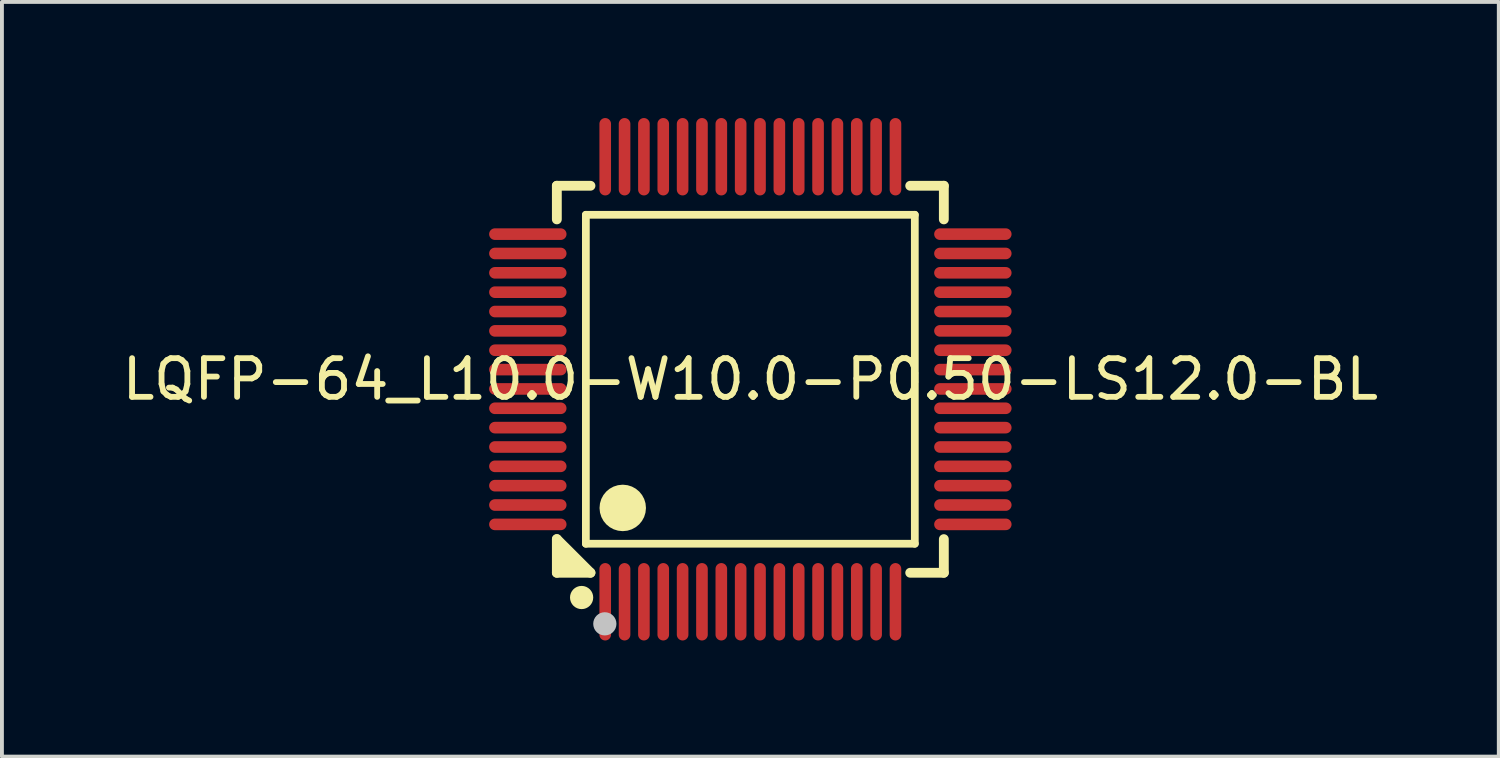
<source format=kicad_pcb>
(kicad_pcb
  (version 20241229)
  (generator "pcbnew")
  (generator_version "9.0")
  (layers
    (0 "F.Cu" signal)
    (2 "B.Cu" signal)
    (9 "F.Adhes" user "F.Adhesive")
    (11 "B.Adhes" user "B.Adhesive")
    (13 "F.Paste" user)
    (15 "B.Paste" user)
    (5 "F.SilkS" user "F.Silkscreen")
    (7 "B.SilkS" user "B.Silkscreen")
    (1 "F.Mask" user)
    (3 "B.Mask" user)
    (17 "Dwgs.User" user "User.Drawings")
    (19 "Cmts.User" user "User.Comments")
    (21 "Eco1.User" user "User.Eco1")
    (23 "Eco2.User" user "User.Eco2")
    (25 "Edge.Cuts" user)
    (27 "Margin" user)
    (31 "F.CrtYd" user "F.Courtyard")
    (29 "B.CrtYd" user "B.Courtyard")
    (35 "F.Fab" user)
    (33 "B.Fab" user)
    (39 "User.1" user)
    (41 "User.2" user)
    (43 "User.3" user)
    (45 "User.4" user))
  (footprint "LQFP-64_L10.0-W10.0-P0.50-LS12.0-BL"
    (layer "F.Cu")
    (at 16.339 6.75)
    (property "Reference" "LQFP-64_L10.0-W10.0-P0.50-LS12.0-BL" (at 0 0 0) (layer "F.SilkS") (effects (font (size 1 1) (thickness 0.15))))
    (fp_line (start -5 -5) (end -4.131 -5) (stroke (width 0.254) (type default)) (layer "F.SilkS"))
    (fp_line (start -5 -4.131) (end -5 -5) (stroke (width 0.254) (type default)) (layer "F.SilkS"))
    (fp_line (start -5 4.131) (end -4.131 5) (stroke (width 0.254) (type default)) (layer "F.SilkS"))
    (fp_line (start -5 5) (end -5 4.131) (stroke (width 0.254) (type default)) (layer "F.SilkS"))
    (fp_line (start -4.25 -4.25) (end -4.25 4.25) (stroke (width 0.2) (type default)) (layer "F.SilkS"))
    (fp_line (start -4.25 4.25) (end 4.25 4.25) (stroke (width 0.2) (type default)) (layer "F.SilkS"))
    (fp_line (start -4.131 5) (end -5 5) (stroke (width 0.254) (type default)) (layer "F.SilkS"))
    (fp_line (start 4.25 -4.25) (end -4.25 -4.25) (stroke (width 0.2) (type default)) (layer "F.SilkS"))
    (fp_line (start 4.25 4.25) (end 4.25 -4.25) (stroke (width 0.2) (type default)) (layer "F.SilkS"))
    (fp_line (start 5 -5) (end 4.131 -5) (stroke (width 0.254) (type default)) (layer "F.SilkS"))
    (fp_line (start 5 -5) (end 5 -4.131) (stroke (width 0.254) (type default)) (layer "F.SilkS"))
    (fp_line (start 5 4.131) (end 5 5) (stroke (width 0.254) (type default)) (layer "F.SilkS"))
    (fp_line (start 5 5) (end 4.131 5) (stroke (width 0.254) (type default)) (layer "F.SilkS"))
    (fp_arc (start -4.3585 5.49) (mid -4.36 5.790007) (end -4.3615 5.49) (stroke (width 0.3) (type default)) (layer "F.SilkS"))
    (fp_arc (start -3.2945 3.025) (mid -3.297 3.62501) (end -3.2995 3.025) (stroke (width 0.6) (type default)) (layer "F.SilkS"))
    (fp_poly (pts (xy -4.131 5) (xy -5 4.131) (xy -5 5)) (stroke (width 0) (type default)) (fill yes) (layer "F.SilkS"))
    (fp_circle (center -3.76 6.32) (end -3.61 6.32) (stroke (width 0.3) (type default)) (fill no) (layer "Dwgs.User"))
    (fp_poly (pts (xy -6 -3.64) (xy -6 -3.86) (xy -5.4 -3.86) (xy -5.4 -3.64)) (stroke (width 0.1) (type default)) (fill no) (layer "User.1"))
    (fp_poly (pts (xy -6 -3.14) (xy -6 -3.36) (xy -5.4 -3.36) (xy -5.4 -3.14)) (stroke (width 0.1) (type default)) (fill no) (layer "User.1"))
    (fp_poly (pts (xy -6 -2.64) (xy -6 -2.86) (xy -5.4 -2.86) (xy -5.4 -2.64)) (stroke (width 0.1) (type default)) (fill no) (layer "User.1"))
    (fp_poly (pts (xy -6 -2.14) (xy -6 -2.36) (xy -5.4 -2.36) (xy -5.4 -2.14)) (stroke (width 0.1) (type default)) (fill no) (layer "User.1"))
    (fp_poly (pts (xy -6 -1.64) (xy -6 -1.86) (xy -5.4 -1.86) (xy -5.4 -1.64)) (stroke (width 0.1) (type default)) (fill no) (layer "User.1"))
    (fp_poly (pts (xy -6 -1.14) (xy -6 -1.36) (xy -5.4 -1.36) (xy -5.4 -1.14)) (stroke (width 0.1) (type default)) (fill no) (layer "User.1"))
    (fp_poly (pts (xy -6 -0.64) (xy -6 -0.86) (xy -5.4 -0.86) (xy -5.4 -0.64)) (stroke (width 0.1) (type default)) (fill no) (layer "User.1"))
    (fp_poly (pts (xy -6 -0.14) (xy -6 -0.36) (xy -5.4 -0.36) (xy -5.4 -0.14)) (stroke (width 0.1) (type default)) (fill no) (layer "User.1"))
    (fp_poly (pts (xy -6 0.36) (xy -6 0.14) (xy -5.4 0.14) (xy -5.4 0.36)) (stroke (width 0.1) (type default)) (fill no) (layer "User.1"))
    (fp_poly (pts (xy -6 0.86) (xy -6 0.64) (xy -5.4 0.64) (xy -5.4 0.86)) (stroke (width 0.1) (type default)) (fill no) (layer "User.1"))
    (fp_poly (pts (xy -6 1.36) (xy -6 1.14) (xy -5.4 1.14) (xy -5.4 1.36)) (stroke (width 0.1) (type default)) (fill no) (layer "User.1"))
    (fp_poly (pts (xy -6 1.86) (xy -6 1.64) (xy -5.4 1.64) (xy -5.4 1.86)) (stroke (width 0.1) (type default)) (fill no) (layer "User.1"))
    (fp_poly (pts (xy -6 2.36) (xy -6 2.14) (xy -5.4 2.14) (xy -5.4 2.36)) (stroke (width 0.1) (type default)) (fill no) (layer "User.1"))
    (fp_poly (pts (xy -6 2.86) (xy -6 2.64) (xy -5.4 2.64) (xy -5.4 2.86)) (stroke (width 0.1) (type default)) (fill no) (layer "User.1"))
    (fp_poly (pts (xy -6 3.36) (xy -6 3.14) (xy -5.4 3.14) (xy -5.4 3.36)) (stroke (width 0.1) (type default)) (fill no) (layer "User.1"))
    (fp_poly (pts (xy -6 3.86) (xy -6 3.64) (xy -5.4 3.64) (xy -5.4 3.86)) (stroke (width 0.1) (type default)) (fill no) (layer "User.1"))
    (fp_poly (pts (xy -5.41 -3.64) (xy -5.41 -3.86) (xy -4.99 -3.86) (xy -4.99 -3.64)) (stroke (width 0.1) (type default)) (fill no) (layer "User.1"))
    (fp_poly (pts (xy -5.41 -3.14) (xy -5.41 -3.36) (xy -4.99 -3.36) (xy -4.99 -3.14)) (stroke (width 0.1) (type default)) (fill no) (layer "User.1"))
    (fp_poly (pts (xy -5.41 -2.64) (xy -5.41 -2.86) (xy -4.99 -2.86) (xy -4.99 -2.64)) (stroke (width 0.1) (type default)) (fill no) (layer "User.1"))
    (fp_poly (pts (xy -5.41 -2.14) (xy -5.41 -2.36) (xy -4.99 -2.36) (xy -4.99 -2.14)) (stroke (width 0.1) (type default)) (fill no) (layer "User.1"))
    (fp_poly (pts (xy -5.41 -1.64) (xy -5.41 -1.86) (xy -4.99 -1.86) (xy -4.99 -1.64)) (stroke (width 0.1) (type default)) (fill no) (layer "User.1"))
    (fp_poly (pts (xy -5.41 -1.14) (xy -5.41 -1.36) (xy -4.99 -1.36) (xy -4.99 -1.14)) (stroke (width 0.1) (type default)) (fill no) (layer "User.1"))
    (fp_poly (pts (xy -5.41 -0.64) (xy -5.41 -0.86) (xy -4.99 -0.86) (xy -4.99 -0.64)) (stroke (width 0.1) (type default)) (fill no) (layer "User.1"))
    (fp_poly (pts (xy -5.41 -0.14) (xy -5.41 -0.36) (xy -4.99 -0.36) (xy -4.99 -0.14)) (stroke (width 0.1) (type default)) (fill no) (layer "User.1"))
    (fp_poly (pts (xy -5.41 0.36) (xy -5.41 0.14) (xy -4.99 0.14) (xy -4.99 0.36)) (stroke (width 0.1) (type default)) (fill no) (layer "User.1"))
    (fp_poly (pts (xy -5.41 0.86) (xy -5.41 0.64) (xy -4.99 0.64) (xy -4.99 0.86)) (stroke (width 0.1) (type default)) (fill no) (layer "User.1"))
    (fp_poly (pts (xy -5.41 1.36) (xy -5.41 1.14) (xy -4.99 1.14) (xy -4.99 1.36)) (stroke (width 0.1) (type default)) (fill no) (layer "User.1"))
    (fp_poly (pts (xy -5.41 1.86) (xy -5.41 1.64) (xy -4.99 1.64) (xy -4.99 1.86)) (stroke (width 0.1) (type default)) (fill no) (layer "User.1"))
    (fp_poly (pts (xy -5.41 2.36) (xy -5.41 2.14) (xy -4.99 2.14) (xy -4.99 2.36)) (stroke (width 0.1) (type default)) (fill no) (layer "User.1"))
    (fp_poly (pts (xy -5.41 2.86) (xy -5.41 2.64) (xy -4.99 2.64) (xy -4.99 2.86)) (stroke (width 0.1) (type default)) (fill no) (layer "User.1"))
    (fp_poly (pts (xy -5.41 3.36) (xy -5.41 3.14) (xy -4.99 3.14) (xy -4.99 3.36)) (stroke (width 0.1) (type default)) (fill no) (layer "User.1"))
    (fp_poly (pts (xy -5.41 3.86) (xy -5.41 3.64) (xy -4.99 3.64) (xy -4.99 3.86)) (stroke (width 0.1) (type default)) (fill no) (layer "User.1"))
    (fp_poly (pts (xy -3.86 -5.4) (xy -3.86 -6) (xy -3.64 -6) (xy -3.64 -5.4)) (stroke (width 0.1) (type default)) (fill no) (layer "User.1"))
    (fp_poly (pts (xy -3.86 -4.99) (xy -3.86 -5.41) (xy -3.64 -5.41) (xy -3.64 -4.99)) (stroke (width 0.1) (type default)) (fill no) (layer "User.1"))
    (fp_poly (pts (xy -3.86 5.41) (xy -3.86 4.99) (xy -3.64 4.99) (xy -3.64 5.41)) (stroke (width 0.1) (type default)) (fill no) (layer "User.1"))
    (fp_poly (pts (xy -3.86 6) (xy -3.86 5.4) (xy -3.64 5.4) (xy -3.64 6)) (stroke (width 0.1) (type default)) (fill no) (layer "User.1"))
    (fp_poly (pts (xy -3.36 -5.4) (xy -3.36 -6) (xy -3.14 -6) (xy -3.14 -5.4)) (stroke (width 0.1) (type default)) (fill no) (layer "User.1"))
    (fp_poly (pts (xy -3.36 -4.99) (xy -3.36 -5.41) (xy -3.14 -5.41) (xy -3.14 -4.99)) (stroke (width 0.1) (type default)) (fill no) (layer "User.1"))
    (fp_poly (pts (xy -3.36 5.41) (xy -3.36 4.99) (xy -3.14 4.99) (xy -3.14 5.41)) (stroke (width 0.1) (type default)) (fill no) (layer "User.1"))
    (fp_poly (pts (xy -3.36 6) (xy -3.36 5.4) (xy -3.14 5.4) (xy -3.14 6)) (stroke (width 0.1) (type default)) (fill no) (layer "User.1"))
    (fp_poly (pts (xy -2.86 -5.4) (xy -2.86 -6) (xy -2.64 -6) (xy -2.64 -5.4)) (stroke (width 0.1) (type default)) (fill no) (layer "User.1"))
    (fp_poly (pts (xy -2.86 -4.99) (xy -2.86 -5.41) (xy -2.64 -5.41) (xy -2.64 -4.99)) (stroke (width 0.1) (type default)) (fill no) (layer "User.1"))
    (fp_poly (pts (xy -2.86 5.41) (xy -2.86 4.99) (xy -2.64 4.99) (xy -2.64 5.41)) (stroke (width 0.1) (type default)) (fill no) (layer "User.1"))
    (fp_poly (pts (xy -2.86 6) (xy -2.86 5.4) (xy -2.64 5.4) (xy -2.64 6)) (stroke (width 0.1) (type default)) (fill no) (layer "User.1"))
    (fp_poly (pts (xy -2.36 -5.4) (xy -2.36 -6) (xy -2.14 -6) (xy -2.14 -5.4)) (stroke (width 0.1) (type default)) (fill no) (layer "User.1"))
    (fp_poly (pts (xy -2.36 -4.99) (xy -2.36 -5.41) (xy -2.14 -5.41) (xy -2.14 -4.99)) (stroke (width 0.1) (type default)) (fill no) (layer "User.1"))
    (fp_poly (pts (xy -2.36 5.41) (xy -2.36 4.99) (xy -2.14 4.99) (xy -2.14 5.41)) (stroke (width 0.1) (type default)) (fill no) (layer "User.1"))
    (fp_poly (pts (xy -2.36 6) (xy -2.36 5.4) (xy -2.14 5.4) (xy -2.14 6)) (stroke (width 0.1) (type default)) (fill no) (layer "User.1"))
    (fp_poly (pts (xy -1.86 -5.4) (xy -1.86 -6) (xy -1.64 -6) (xy -1.64 -5.4)) (stroke (width 0.1) (type default)) (fill no) (layer "User.1"))
    (fp_poly (pts (xy -1.86 -4.99) (xy -1.86 -5.41) (xy -1.64 -5.41) (xy -1.64 -4.99)) (stroke (width 0.1) (type default)) (fill no) (layer "User.1"))
    (fp_poly (pts (xy -1.86 5.41) (xy -1.86 4.99) (xy -1.64 4.99) (xy -1.64 5.41)) (stroke (width 0.1) (type default)) (fill no) (layer "User.1"))
    (fp_poly (pts (xy -1.86 6) (xy -1.86 5.4) (xy -1.64 5.4) (xy -1.64 6)) (stroke (width 0.1) (type default)) (fill no) (layer "User.1"))
    (fp_poly (pts (xy -1.36 -5.4) (xy -1.36 -6) (xy -1.14 -6) (xy -1.14 -5.4)) (stroke (width 0.1) (type default)) (fill no) (layer "User.1"))
    (fp_poly (pts (xy -1.36 -4.99) (xy -1.36 -5.41) (xy -1.14 -5.41) (xy -1.14 -4.99)) (stroke (width 0.1) (type default)) (fill no) (layer "User.1"))
    (fp_poly (pts (xy -1.36 5.41) (xy -1.36 4.99) (xy -1.14 4.99) (xy -1.14 5.41)) (stroke (width 0.1) (type default)) (fill no) (layer "User.1"))
    (fp_poly (pts (xy -1.36 6) (xy -1.36 5.4) (xy -1.14 5.4) (xy -1.14 6)) (stroke (width 0.1) (type default)) (fill no) (layer "User.1"))
    (fp_poly (pts (xy -0.86 -5.4) (xy -0.86 -6) (xy -0.64 -6) (xy -0.64 -5.4)) (stroke (width 0.1) (type default)) (fill no) (layer "User.1"))
    (fp_poly (pts (xy -0.86 -4.99) (xy -0.86 -5.41) (xy -0.64 -5.41) (xy -0.64 -4.99)) (stroke (width 0.1) (type default)) (fill no) (layer "User.1"))
    (fp_poly (pts (xy -0.86 5.41) (xy -0.86 4.99) (xy -0.64 4.99) (xy -0.64 5.41)) (stroke (width 0.1) (type default)) (fill no) (layer "User.1"))
    (fp_poly (pts (xy -0.86 6) (xy -0.86 5.4) (xy -0.64 5.4) (xy -0.64 6)) (stroke (width 0.1) (type default)) (fill no) (layer "User.1"))
    (fp_poly (pts (xy -0.36 -5.4) (xy -0.36 -6) (xy -0.14 -6) (xy -0.14 -5.4)) (stroke (width 0.1) (type default)) (fill no) (layer "User.1"))
    (fp_poly (pts (xy -0.36 -4.99) (xy -0.36 -5.41) (xy -0.14 -5.41) (xy -0.14 -4.99)) (stroke (width 0.1) (type default)) (fill no) (layer "User.1"))
    (fp_poly (pts (xy -0.36 5.41) (xy -0.36 4.99) (xy -0.14 4.99) (xy -0.14 5.41)) (stroke (width 0.1) (type default)) (fill no) (layer "User.1"))
    (fp_poly (pts (xy -0.36 6) (xy -0.36 5.4) (xy -0.14 5.4) (xy -0.14 6)) (stroke (width 0.1) (type default)) (fill no) (layer "User.1"))
    (fp_poly (pts (xy 0.14 -5.4) (xy 0.14 -6) (xy 0.36 -6) (xy 0.36 -5.4)) (stroke (width 0.1) (type default)) (fill no) (layer "User.1"))
    (fp_poly (pts (xy 0.14 -4.99) (xy 0.14 -5.41) (xy 0.36 -5.41) (xy 0.36 -4.99)) (stroke (width 0.1) (type default)) (fill no) (layer "User.1"))
    (fp_poly (pts (xy 0.14 5.41) (xy 0.14 4.99) (xy 0.36 4.99) (xy 0.36 5.41)) (stroke (width 0.1) (type default)) (fill no) (layer "User.1"))
    (fp_poly (pts (xy 0.14 6) (xy 0.14 5.4) (xy 0.36 5.4) (xy 0.36 6)) (stroke (width 0.1) (type default)) (fill no) (layer "User.1"))
    (fp_poly (pts (xy 0.64 -5.4) (xy 0.64 -6) (xy 0.86 -6) (xy 0.86 -5.4)) (stroke (width 0.1) (type default)) (fill no) (layer "User.1"))
    (fp_poly (pts (xy 0.64 -4.99) (xy 0.64 -5.41) (xy 0.86 -5.41) (xy 0.86 -4.99)) (stroke (width 0.1) (type default)) (fill no) (layer "User.1"))
    (fp_poly (pts (xy 0.64 5.41) (xy 0.64 4.99) (xy 0.86 4.99) (xy 0.86 5.41)) (stroke (width 0.1) (type default)) (fill no) (layer "User.1"))
    (fp_poly (pts (xy 0.64 6) (xy 0.64 5.4) (xy 0.86 5.4) (xy 0.86 6)) (stroke (width 0.1) (type default)) (fill no) (layer "User.1"))
    (fp_poly (pts (xy 1.14 -5.4) (xy 1.14 -6) (xy 1.36 -6) (xy 1.36 -5.4)) (stroke (width 0.1) (type default)) (fill no) (layer "User.1"))
    (fp_poly (pts (xy 1.14 -4.99) (xy 1.14 -5.41) (xy 1.36 -5.41) (xy 1.36 -4.99)) (stroke (width 0.1) (type default)) (fill no) (layer "User.1"))
    (fp_poly (pts (xy 1.14 5.41) (xy 1.14 4.99) (xy 1.36 4.99) (xy 1.36 5.41)) (stroke (width 0.1) (type default)) (fill no) (layer "User.1"))
    (fp_poly (pts (xy 1.14 6) (xy 1.14 5.4) (xy 1.36 5.4) (xy 1.36 6)) (stroke (width 0.1) (type default)) (fill no) (layer "User.1"))
    (fp_poly (pts (xy 1.64 -5.4) (xy 1.64 -6) (xy 1.86 -6) (xy 1.86 -5.4)) (stroke (width 0.1) (type default)) (fill no) (layer "User.1"))
    (fp_poly (pts (xy 1.64 -4.99) (xy 1.64 -5.41) (xy 1.86 -5.41) (xy 1.86 -4.99)) (stroke (width 0.1) (type default)) (fill no) (layer "User.1"))
    (fp_poly (pts (xy 1.64 5.41) (xy 1.64 4.99) (xy 1.86 4.99) (xy 1.86 5.41)) (stroke (width 0.1) (type default)) (fill no) (layer "User.1"))
    (fp_poly (pts (xy 1.64 6) (xy 1.64 5.4) (xy 1.86 5.4) (xy 1.86 6)) (stroke (width 0.1) (type default)) (fill no) (layer "User.1"))
    (fp_poly (pts (xy 2.14 -5.4) (xy 2.14 -6) (xy 2.36 -6) (xy 2.36 -5.4)) (stroke (width 0.1) (type default)) (fill no) (layer "User.1"))
    (fp_poly (pts (xy 2.14 -4.99) (xy 2.14 -5.41) (xy 2.36 -5.41) (xy 2.36 -4.99)) (stroke (width 0.1) (type default)) (fill no) (layer "User.1"))
    (fp_poly (pts (xy 2.14 5.41) (xy 2.14 4.99) (xy 2.36 4.99) (xy 2.36 5.41)) (stroke (width 0.1) (type default)) (fill no) (layer "User.1"))
    (fp_poly (pts (xy 2.14 6) (xy 2.14 5.4) (xy 2.36 5.4) (xy 2.36 6)) (stroke (width 0.1) (type default)) (fill no) (layer "User.1"))
    (fp_poly (pts (xy 2.64 -5.4) (xy 2.64 -6) (xy 2.86 -6) (xy 2.86 -5.4)) (stroke (width 0.1) (type default)) (fill no) (layer "User.1"))
    (fp_poly (pts (xy 2.64 -4.99) (xy 2.64 -5.41) (xy 2.86 -5.41) (xy 2.86 -4.99)) (stroke (width 0.1) (type default)) (fill no) (layer "User.1"))
    (fp_poly (pts (xy 2.64 5.41) (xy 2.64 4.99) (xy 2.86 4.99) (xy 2.86 5.41)) (stroke (width 0.1) (type default)) (fill no) (layer "User.1"))
    (fp_poly (pts (xy 2.64 6) (xy 2.64 5.4) (xy 2.86 5.4) (xy 2.86 6)) (stroke (width 0.1) (type default)) (fill no) (layer "User.1"))
    (fp_poly (pts (xy 3.14 -5.4) (xy 3.14 -6) (xy 3.36 -6) (xy 3.36 -5.4)) (stroke (width 0.1) (type default)) (fill no) (layer "User.1"))
    (fp_poly (pts (xy 3.14 -4.99) (xy 3.14 -5.41) (xy 3.36 -5.41) (xy 3.36 -4.99)) (stroke (width 0.1) (type default)) (fill no) (layer "User.1"))
    (fp_poly (pts (xy 3.14 5.41) (xy 3.14 4.99) (xy 3.36 4.99) (xy 3.36 5.41)) (stroke (width 0.1) (type default)) (fill no) (layer "User.1"))
    (fp_poly (pts (xy 3.14 6) (xy 3.14 5.4) (xy 3.36 5.4) (xy 3.36 6)) (stroke (width 0.1) (type default)) (fill no) (layer "User.1"))
    (fp_poly (pts (xy 3.64 -5.4) (xy 3.64 -6) (xy 3.86 -6) (xy 3.86 -5.4)) (stroke (width 0.1) (type default)) (fill no) (layer "User.1"))
    (fp_poly (pts (xy 3.64 -4.99) (xy 3.64 -5.41) (xy 3.86 -5.41) (xy 3.86 -4.99)) (stroke (width 0.1) (type default)) (fill no) (layer "User.1"))
    (fp_poly (pts (xy 3.64 5.41) (xy 3.64 4.99) (xy 3.86 4.99) (xy 3.86 5.41)) (stroke (width 0.1) (type default)) (fill no) (layer "User.1"))
    (fp_poly (pts (xy 3.64 6) (xy 3.64 5.4) (xy 3.86 5.4) (xy 3.86 6)) (stroke (width 0.1) (type default)) (fill no) (layer "User.1"))
    (fp_poly (pts (xy 4.99 -3.64) (xy 4.99 -3.86) (xy 5.41 -3.86) (xy 5.41 -3.64)) (stroke (width 0.1) (type default)) (fill no) (layer "User.1"))
    (fp_poly (pts (xy 4.99 -3.14) (xy 4.99 -3.36) (xy 5.41 -3.36) (xy 5.41 -3.14)) (stroke (width 0.1) (type default)) (fill no) (layer "User.1"))
    (fp_poly (pts (xy 4.99 -2.64) (xy 4.99 -2.86) (xy 5.41 -2.86) (xy 5.41 -2.64)) (stroke (width 0.1) (type default)) (fill no) (layer "User.1"))
    (fp_poly (pts (xy 4.99 -2.14) (xy 4.99 -2.36) (xy 5.41 -2.36) (xy 5.41 -2.14)) (stroke (width 0.1) (type default)) (fill no) (layer "User.1"))
    (fp_poly (pts (xy 4.99 -1.64) (xy 4.99 -1.86) (xy 5.41 -1.86) (xy 5.41 -1.64)) (stroke (width 0.1) (type default)) (fill no) (layer "User.1"))
    (fp_poly (pts (xy 4.99 -1.14) (xy 4.99 -1.36) (xy 5.41 -1.36) (xy 5.41 -1.14)) (stroke (width 0.1) (type default)) (fill no) (layer "User.1"))
    (fp_poly (pts (xy 4.99 -0.64) (xy 4.99 -0.86) (xy 5.41 -0.86) (xy 5.41 -0.64)) (stroke (width 0.1) (type default)) (fill no) (layer "User.1"))
    (fp_poly (pts (xy 4.99 -0.14) (xy 4.99 -0.36) (xy 5.41 -0.36) (xy 5.41 -0.14)) (stroke (width 0.1) (type default)) (fill no) (layer "User.1"))
    (fp_poly (pts (xy 4.99 0.36) (xy 4.99 0.14) (xy 5.41 0.14) (xy 5.41 0.36)) (stroke (width 0.1) (type default)) (fill no) (layer "User.1"))
    (fp_poly (pts (xy 4.99 0.86) (xy 4.99 0.64) (xy 5.41 0.64) (xy 5.41 0.86)) (stroke (width 0.1) (type default)) (fill no) (layer "User.1"))
    (fp_poly (pts (xy 4.99 1.36) (xy 4.99 1.14) (xy 5.41 1.14) (xy 5.41 1.36)) (stroke (width 0.1) (type default)) (fill no) (layer "User.1"))
    (fp_poly (pts (xy 4.99 1.86) (xy 4.99 1.64) (xy 5.41 1.64) (xy 5.41 1.86)) (stroke (width 0.1) (type default)) (fill no) (layer "User.1"))
    (fp_poly (pts (xy 4.99 2.36) (xy 4.99 2.14) (xy 5.41 2.14) (xy 5.41 2.36)) (stroke (width 0.1) (type default)) (fill no) (layer "User.1"))
    (fp_poly (pts (xy 4.99 2.86) (xy 4.99 2.64) (xy 5.41 2.64) (xy 5.41 2.86)) (stroke (width 0.1) (type default)) (fill no) (layer "User.1"))
    (fp_poly (pts (xy 4.99 3.36) (xy 4.99 3.14) (xy 5.41 3.14) (xy 5.41 3.36)) (stroke (width 0.1) (type default)) (fill no) (layer "User.1"))
    (fp_poly (pts (xy 4.99 3.86) (xy 4.99 3.64) (xy 5.41 3.64) (xy 5.41 3.86)) (stroke (width 0.1) (type default)) (fill no) (layer "User.1"))
    (fp_poly (pts (xy 5.4 -3.64) (xy 5.4 -3.86) (xy 6 -3.86) (xy 6 -3.64)) (stroke (width 0.1) (type default)) (fill no) (layer "User.1"))
    (fp_poly (pts (xy 5.4 -3.14) (xy 5.4 -3.36) (xy 6 -3.36) (xy 6 -3.14)) (stroke (width 0.1) (type default)) (fill no) (layer "User.1"))
    (fp_poly (pts (xy 5.4 -2.64) (xy 5.4 -2.86) (xy 6 -2.86) (xy 6 -2.64)) (stroke (width 0.1) (type default)) (fill no) (layer "User.1"))
    (fp_poly (pts (xy 5.4 -2.14) (xy 5.4 -2.36) (xy 6 -2.36) (xy 6 -2.14)) (stroke (width 0.1) (type default)) (fill no) (layer "User.1"))
    (fp_poly (pts (xy 5.4 -1.64) (xy 5.4 -1.86) (xy 6 -1.86) (xy 6 -1.64)) (stroke (width 0.1) (type default)) (fill no) (layer "User.1"))
    (fp_poly (pts (xy 5.4 -1.14) (xy 5.4 -1.36) (xy 6 -1.36) (xy 6 -1.14)) (stroke (width 0.1) (type default)) (fill no) (layer "User.1"))
    (fp_poly (pts (xy 5.4 -0.64) (xy 5.4 -0.86) (xy 6 -0.86) (xy 6 -0.64)) (stroke (width 0.1) (type default)) (fill no) (layer "User.1"))
    (fp_poly (pts (xy 5.4 -0.14) (xy 5.4 -0.36) (xy 6 -0.36) (xy 6 -0.14)) (stroke (width 0.1) (type default)) (fill no) (layer "User.1"))
    (fp_poly (pts (xy 5.4 0.36) (xy 5.4 0.14) (xy 6 0.14) (xy 6 0.36)) (stroke (width 0.1) (type default)) (fill no) (layer "User.1"))
    (fp_poly (pts (xy 5.4 0.86) (xy 5.4 0.64) (xy 6 0.64) (xy 6 0.86)) (stroke (width 0.1) (type default)) (fill no) (layer "User.1"))
    (fp_poly (pts (xy 5.4 1.36) (xy 5.4 1.14) (xy 6 1.14) (xy 6 1.36)) (stroke (width 0.1) (type default)) (fill no) (layer "User.1"))
    (fp_poly (pts (xy 5.4 1.86) (xy 5.4 1.64) (xy 6 1.64) (xy 6 1.86)) (stroke (width 0.1) (type default)) (fill no) (layer "User.1"))
    (fp_poly (pts (xy 5.4 2.36) (xy 5.4 2.14) (xy 6 2.14) (xy 6 2.36)) (stroke (width 0.1) (type default)) (fill no) (layer "User.1"))
    (fp_poly (pts (xy 5.4 2.86) (xy 5.4 2.64) (xy 6 2.64) (xy 6 2.86)) (stroke (width 0.1) (type default)) (fill no) (layer "User.1"))
    (fp_poly (pts (xy 5.4 3.36) (xy 5.4 3.14) (xy 6 3.14) (xy 6 3.36)) (stroke (width 0.1) (type default)) (fill no) (layer "User.1"))
    (fp_poly (pts (xy 5.4 3.86) (xy 5.4 3.64) (xy 6 3.64) (xy 6 3.86)) (stroke (width 0.1) (type default)) (fill no) (layer "User.1"))
    (fp_line (start -5 -5) (end 5 -5) (stroke (width 0.051) (type default)) (layer "User.2"))
    (fp_line (start -5 5) (end -5 -5) (stroke (width 0.051) (type default)) (layer "User.2"))
    (fp_line (start 5 -5) (end 5 5) (stroke (width 0.051) (type default)) (layer "User.2"))
    (fp_line (start 5 5) (end -5 5) (stroke (width 0.051) (type default)) (layer "User.2"))
    (fp_poly (pts (xy -5.94 6) (xy -5.958 5.958) (xy -6 5.94) (xy -6.042 5.958) (xy -6.06 6) (xy -6.042 6.042) (xy -6 6.06) (xy -5.958 6.042)) (stroke (width 0.1) (type default)) (fill no) (layer "User.3"))
    (pad "1" smd oval (at -3.75 5.75) (size 0.3 2) (layers "F.Cu" "F.Mask" "F.Paste"))
    (pad "2" smd oval (at -3.25 5.75) (size 0.3 2) (layers "F.Cu" "F.Mask" "F.Paste"))
    (pad "3" smd oval (at -2.75 5.75) (size 0.3 2) (layers "F.Cu" "F.Mask" "F.Paste"))
    (pad "4" smd oval (at -2.25 5.75) (size 0.3 2) (layers "F.Cu" "F.Mask" "F.Paste"))
    (pad "5" smd oval (at -1.75 5.75) (size 0.3 2) (layers "F.Cu" "F.Mask" "F.Paste"))
    (pad "6" smd oval (at -1.25 5.75) (size 0.3 2) (layers "F.Cu" "F.Mask" "F.Paste"))
    (pad "7" smd oval (at -0.75 5.75) (size 0.3 2) (layers "F.Cu" "F.Mask" "F.Paste"))
    (pad "8" smd oval (at -0.25 5.75) (size 0.3 2) (layers "F.Cu" "F.Mask" "F.Paste"))
    (pad "9" smd oval (at 0.25 5.75) (size 0.3 2) (layers "F.Cu" "F.Mask" "F.Paste"))
    (pad "10" smd oval (at 0.75 5.75) (size 0.3 2) (layers "F.Cu" "F.Mask" "F.Paste"))
    (pad "11" smd oval (at 1.25 5.75) (size 0.3 2) (layers "F.Cu" "F.Mask" "F.Paste"))
    (pad "12" smd oval (at 1.75 5.75) (size 0.3 2) (layers "F.Cu" "F.Mask" "F.Paste"))
    (pad "13" smd oval (at 2.25 5.75) (size 0.3 2) (layers "F.Cu" "F.Mask" "F.Paste"))
    (pad "14" smd oval (at 2.75 5.75) (size 0.3 2) (layers "F.Cu" "F.Mask" "F.Paste"))
    (pad "15" smd oval (at 3.25 5.75) (size 0.3 2) (layers "F.Cu" "F.Mask" "F.Paste"))
    (pad "16" smd oval (at 3.75 5.75) (size 0.3 2) (layers "F.Cu" "F.Mask" "F.Paste"))
    (pad "17" smd oval (at 5.75 3.75) (size 2 0.3) (layers "F.Cu" "F.Mask" "F.Paste"))
    (pad "18" smd oval (at 5.75 3.25) (size 2 0.3) (layers "F.Cu" "F.Mask" "F.Paste"))
    (pad "19" smd oval (at 5.75 2.75) (size 2 0.3) (layers "F.Cu" "F.Mask" "F.Paste"))
    (pad "20" smd oval (at 5.75 2.25) (size 2 0.3) (layers "F.Cu" "F.Mask" "F.Paste"))
    (pad "21" smd oval (at 5.75 1.75) (size 2 0.3) (layers "F.Cu" "F.Mask" "F.Paste"))
    (pad "22" smd oval (at 5.75 1.25) (size 2 0.3) (layers "F.Cu" "F.Mask" "F.Paste"))
    (pad "23" smd oval (at 5.75 0.75) (size 2 0.3) (layers "F.Cu" "F.Mask" "F.Paste"))
    (pad "24" smd oval (at 5.75 0.25) (size 2 0.3) (layers "F.Cu" "F.Mask" "F.Paste"))
    (pad "25" smd oval (at 5.75 -0.25) (size 2 0.3) (layers "F.Cu" "F.Mask" "F.Paste"))
    (pad "26" smd oval (at 5.75 -0.75) (size 2 0.3) (layers "F.Cu" "F.Mask" "F.Paste"))
    (pad "27" smd oval (at 5.75 -1.25) (size 2 0.3) (layers "F.Cu" "F.Mask" "F.Paste"))
    (pad "28" smd oval (at 5.75 -1.75) (size 2 0.3) (layers "F.Cu" "F.Mask" "F.Paste"))
    (pad "29" smd oval (at 5.75 -2.25) (size 2 0.3) (layers "F.Cu" "F.Mask" "F.Paste"))
    (pad "30" smd oval (at 5.75 -2.75) (size 2 0.3) (layers "F.Cu" "F.Mask" "F.Paste"))
    (pad "31" smd oval (at 5.75 -3.25) (size 2 0.3) (layers "F.Cu" "F.Mask" "F.Paste"))
    (pad "32" smd oval (at 5.75 -3.75) (size 2 0.3) (layers "F.Cu" "F.Mask" "F.Paste"))
    (pad "33" smd oval (at 3.75 -5.75) (size 0.3 2) (layers "F.Cu" "F.Mask" "F.Paste"))
    (pad "34" smd oval (at 3.25 -5.75) (size 0.3 2) (layers "F.Cu" "F.Mask" "F.Paste"))
    (pad "35" smd oval (at 2.75 -5.75) (size 0.3 2) (layers "F.Cu" "F.Mask" "F.Paste"))
    (pad "36" smd oval (at 2.25 -5.75) (size 0.3 2) (layers "F.Cu" "F.Mask" "F.Paste"))
    (pad "37" smd oval (at 1.75 -5.75) (size 0.3 2) (layers "F.Cu" "F.Mask" "F.Paste"))
    (pad "38" smd oval (at 1.25 -5.75) (size 0.3 2) (layers "F.Cu" "F.Mask" "F.Paste"))
    (pad "39" smd oval (at 0.75 -5.75) (size 0.3 2) (layers "F.Cu" "F.Mask" "F.Paste"))
    (pad "40" smd oval (at 0.25 -5.75) (size 0.3 2) (layers "F.Cu" "F.Mask" "F.Paste"))
    (pad "41" smd oval (at -0.25 -5.75) (size 0.3 2) (layers "F.Cu" "F.Mask" "F.Paste"))
    (pad "42" smd oval (at -0.75 -5.75) (size 0.3 2) (layers "F.Cu" "F.Mask" "F.Paste"))
    (pad "43" smd oval (at -1.25 -5.75) (size 0.3 2) (layers "F.Cu" "F.Mask" "F.Paste"))
    (pad "44" smd oval (at -1.75 -5.75) (size 0.3 2) (layers "F.Cu" "F.Mask" "F.Paste"))
    (pad "45" smd oval (at -2.25 -5.75) (size 0.3 2) (layers "F.Cu" "F.Mask" "F.Paste"))
    (pad "46" smd oval (at -2.75 -5.75) (size 0.3 2) (layers "F.Cu" "F.Mask" "F.Paste"))
    (pad "47" smd oval (at -3.25 -5.75) (size 0.3 2) (layers "F.Cu" "F.Mask" "F.Paste"))
    (pad "48" smd oval (at -3.75 -5.75) (size 0.3 2) (layers "F.Cu" "F.Mask" "F.Paste"))
    (pad "49" smd oval (at -5.75 -3.75) (size 2 0.3) (layers "F.Cu" "F.Mask" "F.Paste"))
    (pad "50" smd oval (at -5.75 -3.25) (size 2 0.3) (layers "F.Cu" "F.Mask" "F.Paste"))
    (pad "51" smd oval (at -5.75 -2.75) (size 2 0.3) (layers "F.Cu" "F.Mask" "F.Paste"))
    (pad "52" smd oval (at -5.75 -2.25) (size 2 0.3) (layers "F.Cu" "F.Mask" "F.Paste"))
    (pad "53" smd oval (at -5.75 -1.75) (size 2 0.3) (layers "F.Cu" "F.Mask" "F.Paste"))
    (pad "54" smd oval (at -5.75 -1.25) (size 2 0.3) (layers "F.Cu" "F.Mask" "F.Paste"))
    (pad "55" smd oval (at -5.75 -0.75) (size 2 0.3) (layers "F.Cu" "F.Mask" "F.Paste"))
    (pad "56" smd oval (at -5.75 -0.25) (size 2 0.3) (layers "F.Cu" "F.Mask" "F.Paste"))
    (pad "57" smd oval (at -5.75 0.25) (size 2 0.3) (layers "F.Cu" "F.Mask" "F.Paste"))
    (pad "58" smd oval (at -5.75 0.75) (size 2 0.3) (layers "F.Cu" "F.Mask" "F.Paste"))
    (pad "59" smd oval (at -5.75 1.25) (size 2 0.3) (layers "F.Cu" "F.Mask" "F.Paste"))
    (pad "60" smd oval (at -5.75 1.75) (size 2 0.3) (layers "F.Cu" "F.Mask" "F.Paste"))
    (pad "61" smd oval (at -5.75 2.25) (size 2 0.3) (layers "F.Cu" "F.Mask" "F.Paste"))
    (pad "62" smd oval (at -5.75 2.75) (size 2 0.3) (layers "F.Cu" "F.Mask" "F.Paste"))
    (pad "63" smd oval (at -5.75 3.25) (size 2 0.3) (layers "F.Cu" "F.Mask" "F.Paste"))
    (pad "64" smd oval (at -5.75 3.75) (size 2 0.3) (layers "F.Cu" "F.Mask" "F.Paste")))
  (gr_rect
    (start -3 -3)
    (end 35.679 16.5)
    (stroke (width 0.1) (type default))
    (fill no)
    (layer "Edge.Cuts")))
</source>
